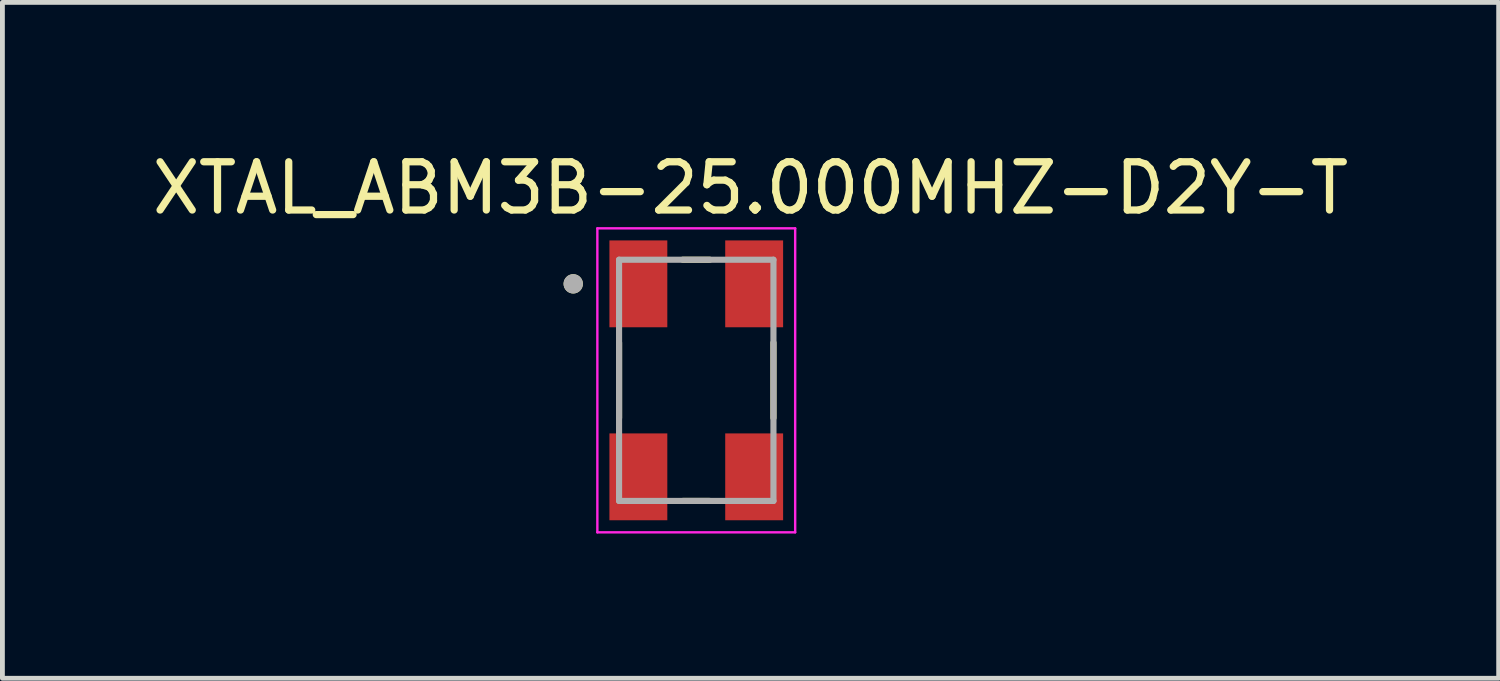
<source format=kicad_pcb>
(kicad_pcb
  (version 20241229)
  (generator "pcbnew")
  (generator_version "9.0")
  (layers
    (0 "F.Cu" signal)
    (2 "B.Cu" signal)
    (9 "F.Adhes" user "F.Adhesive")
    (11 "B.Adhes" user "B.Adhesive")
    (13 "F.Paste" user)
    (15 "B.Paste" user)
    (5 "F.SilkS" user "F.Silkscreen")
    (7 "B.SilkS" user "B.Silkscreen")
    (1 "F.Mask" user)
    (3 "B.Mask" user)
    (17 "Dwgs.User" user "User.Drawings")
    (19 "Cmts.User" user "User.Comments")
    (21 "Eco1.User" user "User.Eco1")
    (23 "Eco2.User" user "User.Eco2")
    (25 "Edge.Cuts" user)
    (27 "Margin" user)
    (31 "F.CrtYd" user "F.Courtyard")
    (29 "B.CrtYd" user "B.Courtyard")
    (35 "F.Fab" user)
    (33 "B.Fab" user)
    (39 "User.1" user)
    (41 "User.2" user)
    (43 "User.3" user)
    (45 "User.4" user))
  (footprint "XTAL_ABM3B-25.000MHZ-D2Y-T"
    (layer "F.Cu")
    (at 11.381 4.833)
    (property "Reference" "XTAL_ABM3B-25.000MHZ-D2Y-T" (at 1.125 -3.985 0) (layer "F.SilkS") (effects (font (size 1 1) (thickness 0.15))))
    (attr smd)
    (fp_line (start -1.6 -0.78) (end -1.6 0.78) (stroke (width 0.127) (type solid)) (layer "F.SilkS"))
    (fp_line (start -0.28 -2.5) (end 0.28 -2.5) (stroke (width 0.127) (type solid)) (layer "F.SilkS"))
    (fp_line (start -0.28 2.5) (end 0.28 2.5) (stroke (width 0.127) (type solid)) (layer "F.SilkS"))
    (fp_line (start 1.6 -0.78) (end 1.6 0.78) (stroke (width 0.127) (type solid)) (layer "F.SilkS"))
    (fp_circle (center -2.55 -2) (end -2.45 -2) (stroke (width 0.2) (type solid)) (fill no) (layer "F.SilkS"))
    (fp_line (start -2.05 -3.15) (end -2.05 3.15) (stroke (width 0.05) (type solid)) (layer "F.CrtYd"))
    (fp_line (start -2.05 -3.15) (end 2.05 -3.15) (stroke (width 0.05) (type solid)) (layer "F.CrtYd"))
    (fp_line (start 2.05 -3.15) (end 2.05 3.15) (stroke (width 0.05) (type solid)) (layer "F.CrtYd"))
    (fp_line (start 2.05 3.15) (end -2.05 3.15) (stroke (width 0.05) (type solid)) (layer "F.CrtYd"))
    (fp_line (start -1.6 -2.5) (end -1.6 2.5) (stroke (width 0.127) (type solid)) (layer "F.Fab"))
    (fp_line (start -1.6 -2.5) (end 1.6 -2.5) (stroke (width 0.127) (type solid)) (layer "F.Fab"))
    (fp_line (start 1.6 -2.5) (end 1.6 2.5) (stroke (width 0.127) (type solid)) (layer "F.Fab"))
    (fp_line (start 1.6 2.5) (end -1.6 2.5) (stroke (width 0.127) (type solid)) (layer "F.Fab"))
    (fp_circle (center -2.55 -2) (end -2.45 -2) (stroke (width 0.2) (type solid)) (fill no) (layer "F.Fab"))
    (pad "1" smd rect (at -1.2 -2) (size 1.2 1.8) (layers "F.Cu" "F.Mask" "F.Paste"))
    (pad "2" smd rect (at -1.2 2) (size 1.2 1.8) (layers "F.Cu" "F.Mask" "F.Paste"))
    (pad "3" smd rect (at 1.2 2) (size 1.2 1.8) (layers "F.Cu" "F.Mask" "F.Paste"))
    (pad "4" smd rect (at 1.2 -2) (size 1.2 1.8) (layers "F.Cu" "F.Mask" "F.Paste")))
  (gr_rect
    (start -3 -3)
    (end 28.012 11.008)
    (stroke (width 0.1) (type default))
    (fill no)
    (layer "Edge.Cuts")))
</source>
